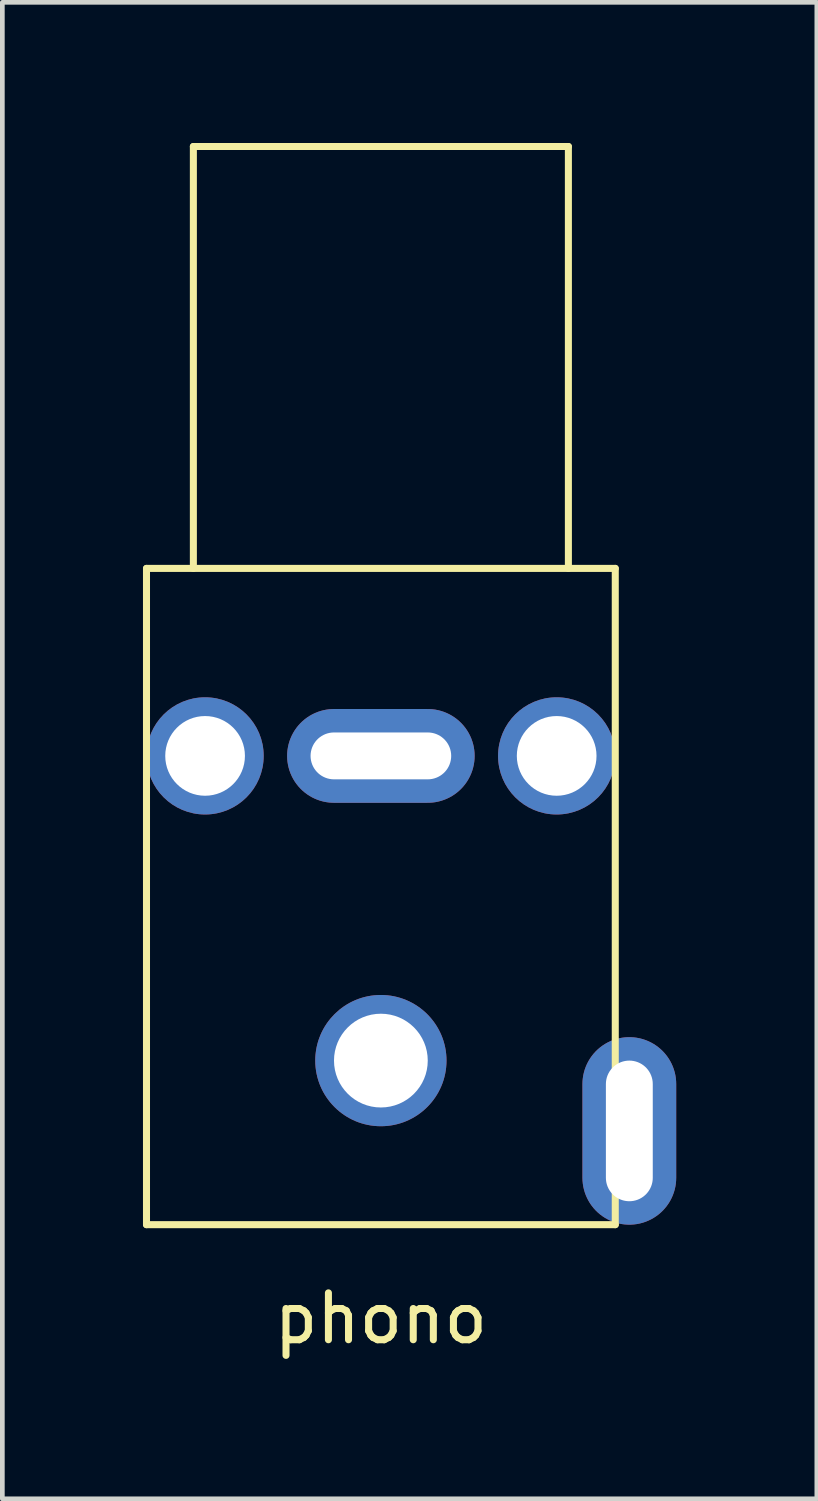
<source format=kicad_pcb>
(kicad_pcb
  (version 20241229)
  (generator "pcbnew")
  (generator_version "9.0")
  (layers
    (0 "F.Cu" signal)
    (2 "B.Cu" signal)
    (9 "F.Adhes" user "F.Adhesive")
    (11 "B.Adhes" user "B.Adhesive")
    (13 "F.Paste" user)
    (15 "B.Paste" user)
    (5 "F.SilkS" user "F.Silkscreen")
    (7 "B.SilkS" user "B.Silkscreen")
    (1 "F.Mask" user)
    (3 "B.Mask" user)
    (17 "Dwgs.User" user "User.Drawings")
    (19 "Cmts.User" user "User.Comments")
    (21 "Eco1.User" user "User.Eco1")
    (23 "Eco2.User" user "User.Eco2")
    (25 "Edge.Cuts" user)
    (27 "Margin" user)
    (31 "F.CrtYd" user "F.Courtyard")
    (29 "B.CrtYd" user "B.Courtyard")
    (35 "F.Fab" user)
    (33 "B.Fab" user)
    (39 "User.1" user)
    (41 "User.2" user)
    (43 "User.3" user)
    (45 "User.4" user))
  (footprint "phono"
    (layer "F.Cu")
    (at 5.075 13.075)
    (property "Reference" "phono" (at 0 12 0) (layer "F.SilkS") (effects (font (size 1 1) (thickness 0.15))))
    (attr through_hole)
    (fp_line (start -5 -4) (end 5 -4) (stroke (width 0.15) (type solid)) (layer "F.SilkS"))
    (fp_line (start -5 10) (end -5 -4) (stroke (width 0.15) (type solid)) (layer "F.SilkS"))
    (fp_line (start -4 -13) (end 4 -13) (stroke (width 0.15) (type solid)) (layer "F.SilkS"))
    (fp_line (start -4 -4) (end -4 -13) (stroke (width 0.15) (type solid)) (layer "F.SilkS"))
    (fp_line (start 4 -13) (end 4 -4) (stroke (width 0.15) (type solid)) (layer "F.SilkS"))
    (fp_line (start 5 -4) (end 5 10) (stroke (width 0.15) (type solid)) (layer "F.SilkS"))
    (fp_line (start 5 10) (end -5 10) (stroke (width 0.15) (type solid)) (layer "F.SilkS"))
    (pad "" thru_hole circle (at -3.75 0) (size 2.5 2.5) (drill 1.7) (layers "*.Cu" "*.Mask"))
    (pad "" thru_hole circle (at 0 6.5) (size 2.8 2.8) (drill 2) (layers "*.Cu" "*.Mask"))
    (pad "" thru_hole circle (at 3.75 0) (size 2.5 2.5) (drill 1.7) (layers "*.Cu" "*.Mask"))
    (pad "1" thru_hole oval (at 5.3 8) (size 2 4) (drill oval 1 3) (layers "*.Cu" "*.Mask"))
    (pad "2" thru_hole oval (at 0 0) (size 4 2) (drill oval 3 1) (layers "*.Cu" "*.Mask")))
  (gr_rect
    (start -3 -3)
    (end 14.375 28.923)
    (stroke (width 0.1) (type default))
    (fill no)
    (layer "Edge.Cuts")))
</source>
